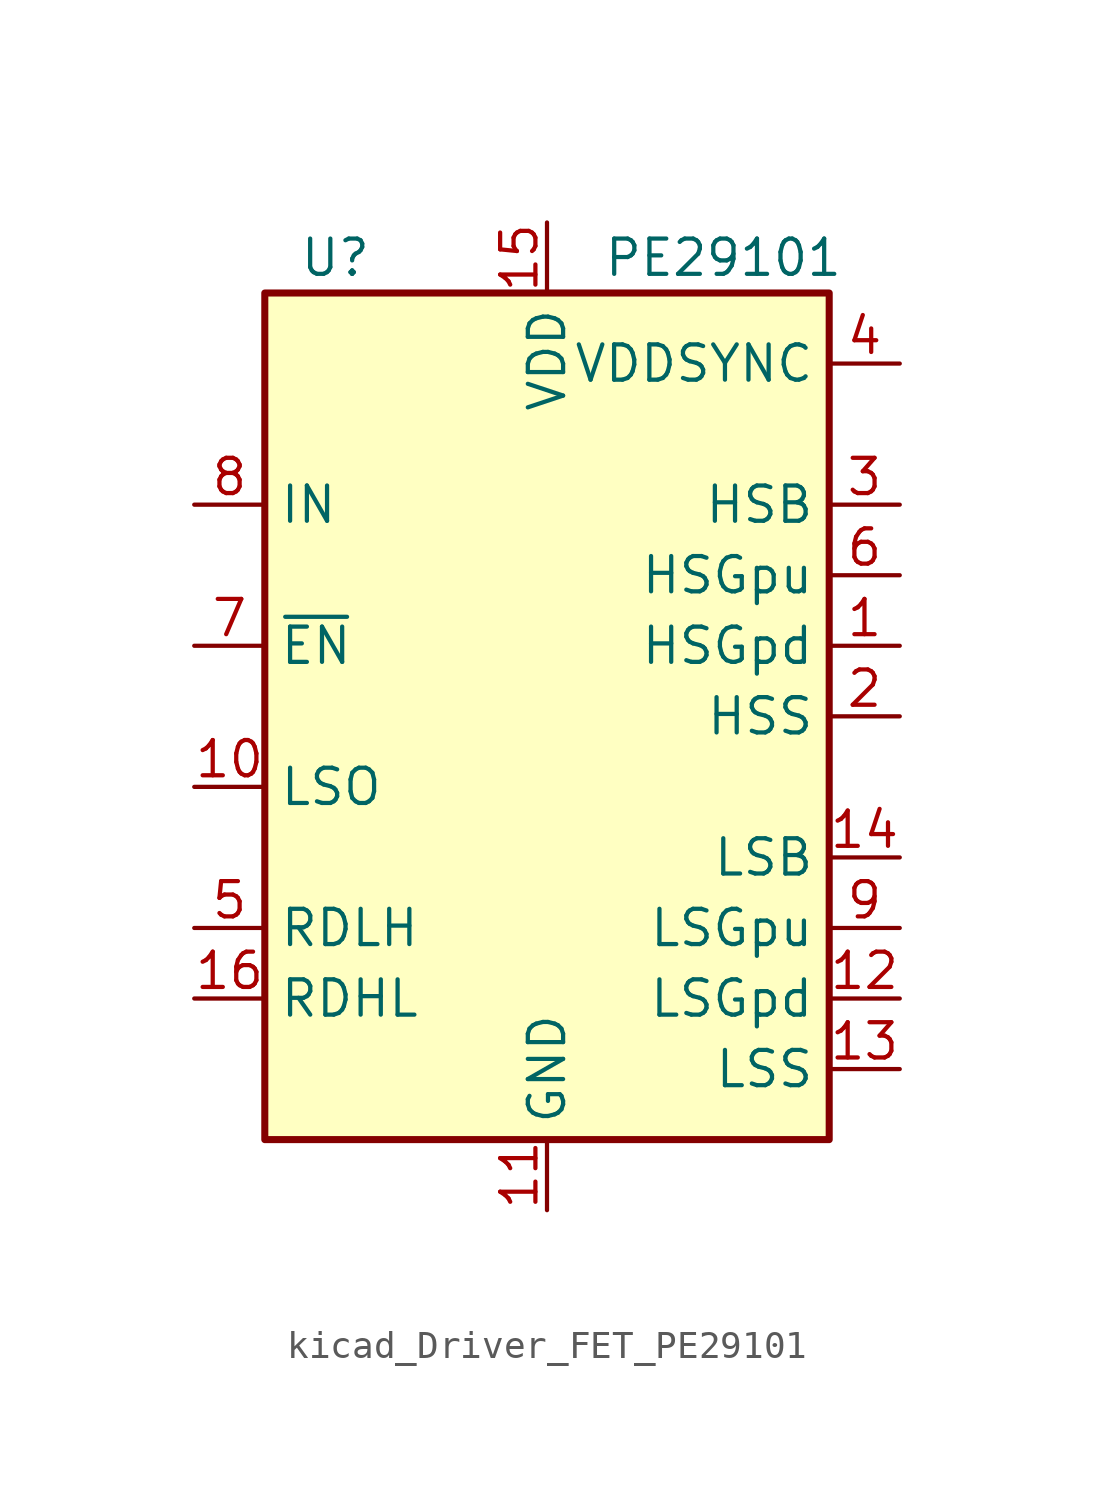
<source format=kicad_sym>
(kicad_symbol_lib
  (version 20220914)
  (generator kicad_symbol_editor)
  (symbol "kicad_Driver_FET_PE29101"
    (property "Reference" "U"
      (at -7.62 16.51 0)
      (effects (font (size 1.27 1.27))))
    (property "Value" "PE29101"
      (at 6.35 16.51 0)
      (effects (font (size 1.27 1.27))))
    (symbol "kicad_Driver_FET_PE29101_0_1"
      (rectangle (start 10.16 15.24) (end -10.16 -15.24) (stroke (width 0.254) (type default)) (fill (type background))))
    (symbol "kicad_Driver_FET_PE29101_1_1"
      (pin output line (at 12.7 2.54 180) (length 2.54) (name "HSGpd" (effects (font (size 1.27 1.27)))) (number "1" (effects (font (size 1.27 1.27)))))
      (pin output line (at -12.7 -2.54 0) (length 2.54) (name "LSO" (effects (font (size 1.27 1.27)))) (number "10" (effects (font (size 1.27 1.27)))))
      (pin power_in line (at 0 -17.78 90) (length 2.54) (name "GND" (effects (font (size 1.27 1.27)))) (number "11" (effects (font (size 1.27 1.27)))))
      (pin output line (at 12.7 -10.16 180) (length 2.54) (name "LSGpd" (effects (font (size 1.27 1.27)))) (number "12" (effects (font (size 1.27 1.27)))))
      (pin passive line (at 12.7 -12.7 180) (length 2.54) (name "LSS" (effects (font (size 1.27 1.27)))) (number "13" (effects (font (size 1.27 1.27)))))
      (pin input line (at 12.7 -5.08 180) (length 2.54) (name "LSB" (effects (font (size 1.27 1.27)))) (number "14" (effects (font (size 1.27 1.27)))))
      (pin power_in line (at 0 17.78 270) (length 2.54) (name "VDD" (effects (font (size 1.27 1.27)))) (number "15" (effects (font (size 1.27 1.27)))))
      (pin passive line (at -12.7 -10.16 0) (length 2.54) (name "RDHL" (effects (font (size 1.27 1.27)))) (number "16" (effects (font (size 1.27 1.27)))))
      (pin passive line (at 12.7 0 180) (length 2.54) (name "HSS" (effects (font (size 1.27 1.27)))) (number "2" (effects (font (size 1.27 1.27)))))
      (pin input line (at 12.7 7.62 180) (length 2.54) (name "HSB" (effects (font (size 1.27 1.27)))) (number "3" (effects (font (size 1.27 1.27)))))
      (pin passive line (at 12.7 12.7 180) (length 2.54) (name "VDDSYNC" (effects (font (size 1.27 1.27)))) (number "4" (effects (font (size 1.27 1.27)))))
      (pin passive line (at -12.7 -7.62 0) (length 2.54) (name "RDLH" (effects (font (size 1.27 1.27)))) (number "5" (effects (font (size 1.27 1.27)))))
      (pin output line (at 12.7 5.08 180) (length 2.54) (name "HSGpu" (effects (font (size 1.27 1.27)))) (number "6" (effects (font (size 1.27 1.27)))))
      (pin input line (at -12.7 2.54 0) (length 2.54) (name "~{EN}" (effects (font (size 1.27 1.27)))) (number "7" (effects (font (size 1.27 1.27)))))
      (pin input line (at -12.7 7.62 0) (length 2.54) (name "IN" (effects (font (size 1.27 1.27)))) (number "8" (effects (font (size 1.27 1.27)))))
      (pin output line (at 12.7 -7.62 180) (length 2.54) (name "LSGpu" (effects (font (size 1.27 1.27)))) (number "9" (effects (font (size 1.27 1.27))))))))
</source>
